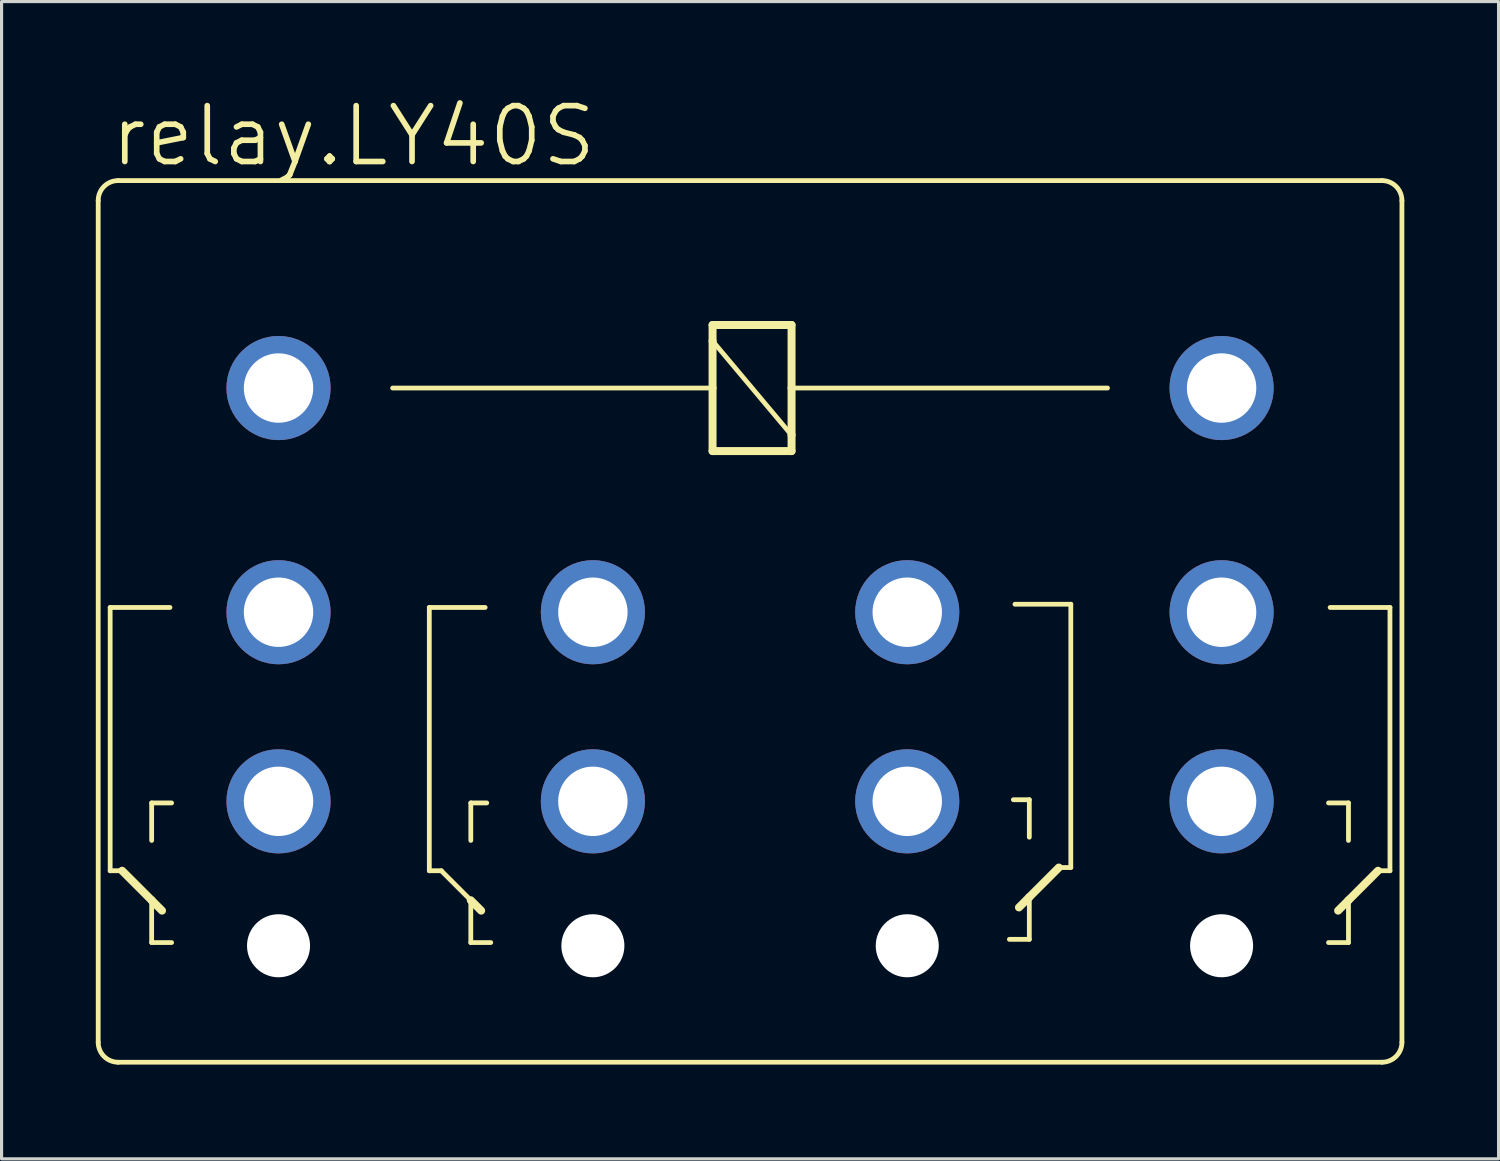
<source format=kicad_pcb>
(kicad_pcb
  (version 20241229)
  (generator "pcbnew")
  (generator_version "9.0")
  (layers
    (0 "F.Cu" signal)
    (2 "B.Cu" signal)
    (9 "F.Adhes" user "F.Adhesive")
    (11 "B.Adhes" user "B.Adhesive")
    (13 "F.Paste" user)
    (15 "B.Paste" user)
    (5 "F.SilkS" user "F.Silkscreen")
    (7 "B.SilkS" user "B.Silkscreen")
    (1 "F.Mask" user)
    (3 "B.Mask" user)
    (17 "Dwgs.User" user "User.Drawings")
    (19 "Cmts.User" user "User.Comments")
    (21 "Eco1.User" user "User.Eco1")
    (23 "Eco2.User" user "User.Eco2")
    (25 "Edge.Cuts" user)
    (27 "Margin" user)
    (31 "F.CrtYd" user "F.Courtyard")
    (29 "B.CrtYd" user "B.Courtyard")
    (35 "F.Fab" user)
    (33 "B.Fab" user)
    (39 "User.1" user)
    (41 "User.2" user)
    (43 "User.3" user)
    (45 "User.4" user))
  (footprint "relay.LY40S"
    (layer "F.Cu")
    (at 20.828 9.303)
    (property "Reference" "relay.LY40S" (at -20.447 -6.985 0) (layer "F.SilkS") (effects (font (size 1.778 1.778) (thickness 0.18)) (justify left bottom)))
    (attr through_hole)
    (fp_line (start -17.805 -1.27) (end -17.297 -1.27) (stroke (width 1.143) (type default)) (layer "F.Mask"))
    (fp_line (start -17.805 1.27) (end -17.805 -1.27) (stroke (width 1.143) (type default)) (layer "F.Mask"))
    (fp_line (start -17.805 8.407) (end -17.805 5.867) (stroke (width 1.143) (type default)) (layer "F.Mask"))
    (fp_line (start -17.805 14.427) (end -17.805 11.887) (stroke (width 1.143) (type default)) (layer "F.Mask"))
    (fp_line (start -17.297 -1.27) (end -12.725 -1.27) (stroke (width 1.143) (type default)) (layer "F.Mask"))
    (fp_line (start -17.297 1.27) (end -17.805 1.27) (stroke (width 1.143) (type default)) (layer "F.Mask"))
    (fp_line (start -17.297 1.27) (end -17.297 -1.27) (stroke (width 1.143) (type default)) (layer "F.Mask"))
    (fp_line (start -17.297 5.867) (end -12.725 5.867) (stroke (width 1.143) (type default)) (layer "F.Mask"))
    (fp_line (start -17.297 8.407) (end -17.297 5.867) (stroke (width 1.143) (type default)) (layer "F.Mask"))
    (fp_line (start -17.297 11.887) (end -12.725 11.887) (stroke (width 1.143) (type default)) (layer "F.Mask"))
    (fp_line (start -17.297 14.427) (end -17.297 11.887) (stroke (width 1.143) (type default)) (layer "F.Mask"))
    (fp_line (start -12.725 -1.27) (end -12.725 1.27) (stroke (width 1.143) (type default)) (layer "F.Mask"))
    (fp_line (start -12.725 -1.27) (end -12.217 -1.27) (stroke (width 1.143) (type default)) (layer "F.Mask"))
    (fp_line (start -12.725 1.27) (end -17.297 1.27) (stroke (width 1.143) (type default)) (layer "F.Mask"))
    (fp_line (start -12.725 5.867) (end -12.725 8.407) (stroke (width 1.143) (type default)) (layer "F.Mask"))
    (fp_line (start -12.725 8.407) (end -17.297 8.407) (stroke (width 1.143) (type default)) (layer "F.Mask"))
    (fp_line (start -12.725 11.887) (end -12.725 14.427) (stroke (width 1.143) (type default)) (layer "F.Mask"))
    (fp_line (start -12.725 14.427) (end -17.297 14.427) (stroke (width 1.143) (type default)) (layer "F.Mask"))
    (fp_line (start -12.217 -1.27) (end -12.217 1.27) (stroke (width 1.143) (type default)) (layer "F.Mask"))
    (fp_line (start -12.217 1.27) (end -12.725 1.27) (stroke (width 1.143) (type default)) (layer "F.Mask"))
    (fp_line (start -12.217 5.867) (end -12.217 8.407) (stroke (width 1.143) (type default)) (layer "F.Mask"))
    (fp_line (start -12.217 11.887) (end -12.217 14.427) (stroke (width 1.143) (type default)) (layer "F.Mask"))
    (fp_line (start -7.798 8.407) (end -7.798 5.867) (stroke (width 1.143) (type default)) (layer "F.Mask"))
    (fp_line (start -7.798 14.427) (end -7.798 11.887) (stroke (width 1.143) (type default)) (layer "F.Mask"))
    (fp_line (start -7.29 5.867) (end -2.718 5.867) (stroke (width 1.143) (type default)) (layer "F.Mask"))
    (fp_line (start -7.29 8.407) (end -7.29 5.867) (stroke (width 1.143) (type default)) (layer "F.Mask"))
    (fp_line (start -7.29 11.887) (end -2.718 11.887) (stroke (width 1.143) (type default)) (layer "F.Mask"))
    (fp_line (start -7.29 14.427) (end -7.29 11.887) (stroke (width 1.143) (type default)) (layer "F.Mask"))
    (fp_line (start -2.718 5.867) (end -2.718 8.407) (stroke (width 1.143) (type default)) (layer "F.Mask"))
    (fp_line (start -2.718 8.407) (end -7.29 8.407) (stroke (width 1.143) (type default)) (layer "F.Mask"))
    (fp_line (start -2.718 11.887) (end -2.718 14.427) (stroke (width 1.143) (type default)) (layer "F.Mask"))
    (fp_line (start -2.718 14.427) (end -7.29 14.427) (stroke (width 1.143) (type default)) (layer "F.Mask"))
    (fp_line (start -2.21 5.867) (end -2.21 8.407) (stroke (width 1.143) (type default)) (layer "F.Mask"))
    (fp_line (start -2.21 11.887) (end -2.21 14.427) (stroke (width 1.143) (type default)) (layer "F.Mask"))
    (fp_line (start 2.21 8.407) (end 2.21 5.867) (stroke (width 1.143) (type default)) (layer "F.Mask"))
    (fp_line (start 2.21 14.427) (end 2.21 11.887) (stroke (width 1.143) (type default)) (layer "F.Mask"))
    (fp_line (start 2.718 5.867) (end 7.29 5.867) (stroke (width 1.143) (type default)) (layer "F.Mask"))
    (fp_line (start 2.718 8.407) (end 2.718 5.867) (stroke (width 1.143) (type default)) (layer "F.Mask"))
    (fp_line (start 2.718 11.887) (end 7.29 11.887) (stroke (width 1.143) (type default)) (layer "F.Mask"))
    (fp_line (start 2.718 14.427) (end 2.718 11.887) (stroke (width 1.143) (type default)) (layer "F.Mask"))
    (fp_line (start 7.29 5.867) (end 7.29 8.407) (stroke (width 1.143) (type default)) (layer "F.Mask"))
    (fp_line (start 7.29 8.407) (end 2.718 8.407) (stroke (width 1.143) (type default)) (layer "F.Mask"))
    (fp_line (start 7.29 11.887) (end 7.29 14.427) (stroke (width 1.143) (type default)) (layer "F.Mask"))
    (fp_line (start 7.29 14.427) (end 2.718 14.427) (stroke (width 1.143) (type default)) (layer "F.Mask"))
    (fp_line (start 7.798 5.867) (end 7.798 8.407) (stroke (width 1.143) (type default)) (layer "F.Mask"))
    (fp_line (start 7.798 11.887) (end 7.798 14.427) (stroke (width 1.143) (type default)) (layer "F.Mask"))
    (fp_line (start 12.217 1.27) (end 12.217 -1.27) (stroke (width 1.143) (type default)) (layer "F.Mask"))
    (fp_line (start 12.217 8.407) (end 12.217 5.867) (stroke (width 1.143) (type default)) (layer "F.Mask"))
    (fp_line (start 12.217 14.427) (end 12.217 11.887) (stroke (width 1.143) (type default)) (layer "F.Mask"))
    (fp_line (start 12.725 -1.27) (end 17.297 -1.27) (stroke (width 1.143) (type default)) (layer "F.Mask"))
    (fp_line (start 12.725 1.27) (end 12.725 -1.27) (stroke (width 1.143) (type default)) (layer "F.Mask"))
    (fp_line (start 12.725 5.867) (end 17.297 5.867) (stroke (width 1.143) (type default)) (layer "F.Mask"))
    (fp_line (start 12.725 8.407) (end 12.725 5.867) (stroke (width 1.143) (type default)) (layer "F.Mask"))
    (fp_line (start 12.725 11.887) (end 17.297 11.887) (stroke (width 1.143) (type default)) (layer "F.Mask"))
    (fp_line (start 12.725 14.427) (end 12.725 11.887) (stroke (width 1.143) (type default)) (layer "F.Mask"))
    (fp_line (start 17.297 -1.27) (end 17.297 1.27) (stroke (width 1.143) (type default)) (layer "F.Mask"))
    (fp_line (start 17.297 1.27) (end 12.725 1.27) (stroke (width 1.143) (type default)) (layer "F.Mask"))
    (fp_line (start 17.297 5.867) (end 17.297 8.407) (stroke (width 1.143) (type default)) (layer "F.Mask"))
    (fp_line (start 17.297 8.407) (end 12.725 8.407) (stroke (width 1.143) (type default)) (layer "F.Mask"))
    (fp_line (start 17.297 11.887) (end 17.297 14.427) (stroke (width 1.143) (type default)) (layer "F.Mask"))
    (fp_line (start 17.297 14.427) (end 12.725 14.427) (stroke (width 1.143) (type default)) (layer "F.Mask"))
    (fp_line (start 17.805 -1.27) (end 17.805 1.27) (stroke (width 1.143) (type default)) (layer "F.Mask"))
    (fp_line (start 17.805 5.867) (end 17.805 8.407) (stroke (width 1.143) (type default)) (layer "F.Mask"))
    (fp_line (start 17.805 11.887) (end 17.805 14.427) (stroke (width 1.143) (type default)) (layer "F.Mask"))
    (fp_line (start -17.805 -1.27) (end -17.297 -1.27) (stroke (width 1.143) (type default)) (layer "B.Mask"))
    (fp_line (start -17.805 1.27) (end -17.805 -1.27) (stroke (width 1.143) (type default)) (layer "B.Mask"))
    (fp_line (start -17.805 5.867) (end -17.297 5.867) (stroke (width 1.143) (type default)) (layer "B.Mask"))
    (fp_line (start -17.805 8.407) (end -17.805 5.867) (stroke (width 1.143) (type default)) (layer "B.Mask"))
    (fp_line (start -17.805 11.887) (end -17.297 11.887) (stroke (width 1.143) (type default)) (layer "B.Mask"))
    (fp_line (start -17.805 14.427) (end -17.805 11.887) (stroke (width 1.143) (type default)) (layer "B.Mask"))
    (fp_line (start -17.297 -1.27) (end -12.725 -1.27) (stroke (width 1.143) (type default)) (layer "B.Mask"))
    (fp_line (start -17.297 1.27) (end -17.805 1.27) (stroke (width 1.143) (type default)) (layer "B.Mask"))
    (fp_line (start -17.297 1.27) (end -17.297 -1.27) (stroke (width 1.143) (type default)) (layer "B.Mask"))
    (fp_line (start -17.297 5.867) (end -12.725 5.867) (stroke (width 1.143) (type default)) (layer "B.Mask"))
    (fp_line (start -17.297 8.407) (end -17.805 8.407) (stroke (width 1.143) (type default)) (layer "B.Mask"))
    (fp_line (start -17.297 8.407) (end -17.297 5.867) (stroke (width 1.143) (type default)) (layer "B.Mask"))
    (fp_line (start -17.297 11.887) (end -12.725 11.887) (stroke (width 1.143) (type default)) (layer "B.Mask"))
    (fp_line (start -17.297 14.427) (end -17.805 14.427) (stroke (width 1.143) (type default)) (layer "B.Mask"))
    (fp_line (start -17.297 14.427) (end -17.297 11.887) (stroke (width 1.143) (type default)) (layer "B.Mask"))
    (fp_line (start -12.725 -1.27) (end -12.725 1.27) (stroke (width 1.143) (type default)) (layer "B.Mask"))
    (fp_line (start -12.725 -1.27) (end -12.217 -1.27) (stroke (width 1.143) (type default)) (layer "B.Mask"))
    (fp_line (start -12.725 1.27) (end -17.297 1.27) (stroke (width 1.143) (type default)) (layer "B.Mask"))
    (fp_line (start -12.725 5.867) (end -12.725 8.407) (stroke (width 1.143) (type default)) (layer "B.Mask"))
    (fp_line (start -12.725 5.867) (end -12.217 5.867) (stroke (width 1.143) (type default)) (layer "B.Mask"))
    (fp_line (start -12.725 8.407) (end -17.297 8.407) (stroke (width 1.143) (type default)) (layer "B.Mask"))
    (fp_line (start -12.725 11.887) (end -12.725 14.427) (stroke (width 1.143) (type default)) (layer "B.Mask"))
    (fp_line (start -12.725 11.887) (end -12.217 11.887) (stroke (width 1.143) (type default)) (layer "B.Mask"))
    (fp_line (start -12.725 14.427) (end -17.297 14.427) (stroke (width 1.143) (type default)) (layer "B.Mask"))
    (fp_line (start -12.217 -1.27) (end -12.217 1.27) (stroke (width 1.143) (type default)) (layer "B.Mask"))
    (fp_line (start -12.217 1.27) (end -12.725 1.27) (stroke (width 1.143) (type default)) (layer "B.Mask"))
    (fp_line (start -12.217 5.867) (end -12.217 8.407) (stroke (width 1.143) (type default)) (layer "B.Mask"))
    (fp_line (start -12.217 8.407) (end -12.725 8.407) (stroke (width 1.143) (type default)) (layer "B.Mask"))
    (fp_line (start -12.217 11.887) (end -12.217 14.427) (stroke (width 1.143) (type default)) (layer "B.Mask"))
    (fp_line (start -12.217 14.427) (end -12.725 14.427) (stroke (width 1.143) (type default)) (layer "B.Mask"))
    (fp_line (start -7.798 5.867) (end -7.29 5.867) (stroke (width 1.143) (type default)) (layer "B.Mask"))
    (fp_line (start -7.798 8.407) (end -7.798 5.867) (stroke (width 1.143) (type default)) (layer "B.Mask"))
    (fp_line (start -7.798 11.887) (end -7.29 11.887) (stroke (width 1.143) (type default)) (layer "B.Mask"))
    (fp_line (start -7.798 14.427) (end -7.798 11.887) (stroke (width 1.143) (type default)) (layer "B.Mask"))
    (fp_line (start -7.29 5.867) (end -2.718 5.867) (stroke (width 1.143) (type default)) (layer "B.Mask"))
    (fp_line (start -7.29 8.407) (end -7.798 8.407) (stroke (width 1.143) (type default)) (layer "B.Mask"))
    (fp_line (start -7.29 8.407) (end -7.29 5.867) (stroke (width 1.143) (type default)) (layer "B.Mask"))
    (fp_line (start -7.29 11.887) (end -2.718 11.887) (stroke (width 1.143) (type default)) (layer "B.Mask"))
    (fp_line (start -7.29 14.427) (end -7.798 14.427) (stroke (width 1.143) (type default)) (layer "B.Mask"))
    (fp_line (start -7.29 14.427) (end -7.29 11.887) (stroke (width 1.143) (type default)) (layer "B.Mask"))
    (fp_line (start -2.718 5.867) (end -2.718 8.407) (stroke (width 1.143) (type default)) (layer "B.Mask"))
    (fp_line (start -2.718 5.867) (end -2.21 5.867) (stroke (width 1.143) (type default)) (layer "B.Mask"))
    (fp_line (start -2.718 8.407) (end -7.29 8.407) (stroke (width 1.143) (type default)) (layer "B.Mask"))
    (fp_line (start -2.718 11.887) (end -2.718 14.427) (stroke (width 1.143) (type default)) (layer "B.Mask"))
    (fp_line (start -2.718 11.887) (end -2.21 11.887) (stroke (width 1.143) (type default)) (layer "B.Mask"))
    (fp_line (start -2.718 14.427) (end -7.29 14.427) (stroke (width 1.143) (type default)) (layer "B.Mask"))
    (fp_line (start -2.21 5.867) (end -2.21 8.407) (stroke (width 1.143) (type default)) (layer "B.Mask"))
    (fp_line (start -2.21 8.407) (end -2.718 8.407) (stroke (width 1.143) (type default)) (layer "B.Mask"))
    (fp_line (start -2.21 11.887) (end -2.21 14.427) (stroke (width 1.143) (type default)) (layer "B.Mask"))
    (fp_line (start -2.21 14.427) (end -2.718 14.427) (stroke (width 1.143) (type default)) (layer "B.Mask"))
    (fp_line (start 2.21 5.867) (end 2.718 5.867) (stroke (width 1.143) (type default)) (layer "B.Mask"))
    (fp_line (start 2.21 8.407) (end 2.21 5.867) (stroke (width 1.143) (type default)) (layer "B.Mask"))
    (fp_line (start 2.21 11.887) (end 2.718 11.887) (stroke (width 1.143) (type default)) (layer "B.Mask"))
    (fp_line (start 2.21 14.427) (end 2.21 11.887) (stroke (width 1.143) (type default)) (layer "B.Mask"))
    (fp_line (start 2.718 5.867) (end 7.29 5.867) (stroke (width 1.143) (type default)) (layer "B.Mask"))
    (fp_line (start 2.718 8.407) (end 2.21 8.407) (stroke (width 1.143) (type default)) (layer "B.Mask"))
    (fp_line (start 2.718 8.407) (end 2.718 5.867) (stroke (width 1.143) (type default)) (layer "B.Mask"))
    (fp_line (start 2.718 11.887) (end 7.29 11.887) (stroke (width 1.143) (type default)) (layer "B.Mask"))
    (fp_line (start 2.718 14.427) (end 2.21 14.427) (stroke (width 1.143) (type default)) (layer "B.Mask"))
    (fp_line (start 2.718 14.427) (end 2.718 11.887) (stroke (width 1.143) (type default)) (layer "B.Mask"))
    (fp_line (start 7.29 5.867) (end 7.29 8.407) (stroke (width 1.143) (type default)) (layer "B.Mask"))
    (fp_line (start 7.29 5.867) (end 7.798 5.867) (stroke (width 1.143) (type default)) (layer "B.Mask"))
    (fp_line (start 7.29 8.407) (end 2.718 8.407) (stroke (width 1.143) (type default)) (layer "B.Mask"))
    (fp_line (start 7.29 11.887) (end 7.29 14.427) (stroke (width 1.143) (type default)) (layer "B.Mask"))
    (fp_line (start 7.29 11.887) (end 7.798 11.887) (stroke (width 1.143) (type default)) (layer "B.Mask"))
    (fp_line (start 7.29 14.427) (end 2.718 14.427) (stroke (width 1.143) (type default)) (layer "B.Mask"))
    (fp_line (start 7.798 5.867) (end 7.798 8.407) (stroke (width 1.143) (type default)) (layer "B.Mask"))
    (fp_line (start 7.798 8.407) (end 7.29 8.407) (stroke (width 1.143) (type default)) (layer "B.Mask"))
    (fp_line (start 7.798 11.887) (end 7.798 14.427) (stroke (width 1.143) (type default)) (layer "B.Mask"))
    (fp_line (start 7.798 14.427) (end 7.29 14.427) (stroke (width 1.143) (type default)) (layer "B.Mask"))
    (fp_line (start 12.217 -1.27) (end 12.725 -1.27) (stroke (width 1.143) (type default)) (layer "B.Mask"))
    (fp_line (start 12.217 1.27) (end 12.217 -1.27) (stroke (width 1.143) (type default)) (layer "B.Mask"))
    (fp_line (start 12.217 5.867) (end 12.725 5.867) (stroke (width 1.143) (type default)) (layer "B.Mask"))
    (fp_line (start 12.217 8.407) (end 12.217 5.867) (stroke (width 1.143) (type default)) (layer "B.Mask"))
    (fp_line (start 12.217 11.887) (end 12.725 11.887) (stroke (width 1.143) (type default)) (layer "B.Mask"))
    (fp_line (start 12.217 14.427) (end 12.217 11.887) (stroke (width 1.143) (type default)) (layer "B.Mask"))
    (fp_line (start 12.725 -1.27) (end 17.297 -1.27) (stroke (width 1.143) (type default)) (layer "B.Mask"))
    (fp_line (start 12.725 1.27) (end 12.217 1.27) (stroke (width 1.143) (type default)) (layer "B.Mask"))
    (fp_line (start 12.725 1.27) (end 12.725 -1.27) (stroke (width 1.143) (type default)) (layer "B.Mask"))
    (fp_line (start 12.725 5.867) (end 17.297 5.867) (stroke (width 1.143) (type default)) (layer "B.Mask"))
    (fp_line (start 12.725 8.407) (end 12.217 8.407) (stroke (width 1.143) (type default)) (layer "B.Mask"))
    (fp_line (start 12.725 8.407) (end 12.725 5.867) (stroke (width 1.143) (type default)) (layer "B.Mask"))
    (fp_line (start 12.725 11.887) (end 17.297 11.887) (stroke (width 1.143) (type default)) (layer "B.Mask"))
    (fp_line (start 12.725 14.427) (end 12.217 14.427) (stroke (width 1.143) (type default)) (layer "B.Mask"))
    (fp_line (start 12.725 14.427) (end 12.725 11.887) (stroke (width 1.143) (type default)) (layer "B.Mask"))
    (fp_line (start 17.297 -1.27) (end 17.297 1.27) (stroke (width 1.143) (type default)) (layer "B.Mask"))
    (fp_line (start 17.297 -1.27) (end 17.805 -1.27) (stroke (width 1.143) (type default)) (layer "B.Mask"))
    (fp_line (start 17.297 1.27) (end 12.725 1.27) (stroke (width 1.143) (type default)) (layer "B.Mask"))
    (fp_line (start 17.297 5.867) (end 17.297 8.407) (stroke (width 1.143) (type default)) (layer "B.Mask"))
    (fp_line (start 17.297 5.867) (end 17.805 5.867) (stroke (width 1.143) (type default)) (layer "B.Mask"))
    (fp_line (start 17.297 8.407) (end 12.725 8.407) (stroke (width 1.143) (type default)) (layer "B.Mask"))
    (fp_line (start 17.297 11.887) (end 17.297 14.427) (stroke (width 1.143) (type default)) (layer "B.Mask"))
    (fp_line (start 17.297 11.887) (end 17.805 11.887) (stroke (width 1.143) (type default)) (layer "B.Mask"))
    (fp_line (start 17.297 14.427) (end 12.725 14.427) (stroke (width 1.143) (type default)) (layer "B.Mask"))
    (fp_line (start 17.805 -1.27) (end 17.805 1.27) (stroke (width 1.143) (type default)) (layer "B.Mask"))
    (fp_line (start 17.805 1.27) (end 17.297 1.27) (stroke (width 1.143) (type default)) (layer "B.Mask"))
    (fp_line (start 17.805 5.867) (end 17.805 8.407) (stroke (width 1.143) (type default)) (layer "B.Mask"))
    (fp_line (start 17.805 8.407) (end 17.297 8.407) (stroke (width 1.143) (type default)) (layer "B.Mask"))
    (fp_line (start 17.805 11.887) (end 17.805 14.427) (stroke (width 1.143) (type default)) (layer "B.Mask"))
    (fp_line (start 17.805 14.427) (end 17.297 14.427) (stroke (width 1.143) (type default)) (layer "B.Mask"))
    (fp_line (start -20.752 20.828) (end -20.752 -5.969) (stroke (width 0.152) (type default)) (layer "F.SilkS"))
    (fp_line (start -20.371 6.985) (end -18.466 6.985) (stroke (width 0.152) (type default)) (layer "F.SilkS"))
    (fp_line (start -20.371 15.367) (end -20.371 6.985) (stroke (width 0.152) (type default)) (layer "F.SilkS"))
    (fp_line (start -20.371 15.367) (end -19.99 15.367) (stroke (width 0.152) (type default)) (layer "F.SilkS"))
    (fp_line (start -20.117 -6.604) (end 20.117 -6.604) (stroke (width 0.152) (type default)) (layer "F.SilkS"))
    (fp_line (start -19.05 13.208) (end -18.415 13.208) (stroke (width 0.152) (type default)) (layer "F.SilkS"))
    (fp_line (start -19.05 14.402) (end -19.05 13.208) (stroke (width 0.152) (type default)) (layer "F.SilkS"))
    (fp_line (start -19.05 16.307) (end -19.99 15.367) (stroke (width 0.254) (type default)) (layer "F.SilkS"))
    (fp_line (start -19.05 16.307) (end -19.05 17.653) (stroke (width 0.152) (type default)) (layer "F.SilkS"))
    (fp_line (start -19.05 17.653) (end -18.415 17.653) (stroke (width 0.152) (type default)) (layer "F.SilkS"))
    (fp_line (start -18.72 16.637) (end -19.05 16.307) (stroke (width 0.254) (type default)) (layer "F.SilkS"))
    (fp_line (start -11.379 0) (end -1.194 0) (stroke (width 0.152) (type default)) (layer "F.SilkS"))
    (fp_line (start -10.211 6.985) (end -8.433 6.985) (stroke (width 0.152) (type default)) (layer "F.SilkS"))
    (fp_line (start -10.211 15.367) (end -10.211 6.985) (stroke (width 0.152) (type default)) (layer "F.SilkS"))
    (fp_line (start -10.211 15.367) (end -9.83 15.367) (stroke (width 0.152) (type default)) (layer "F.SilkS"))
    (fp_line (start -8.89 13.208) (end -8.382 13.208) (stroke (width 0.152) (type default)) (layer "F.SilkS"))
    (fp_line (start -8.89 14.402) (end -8.89 13.208) (stroke (width 0.152) (type default)) (layer "F.SilkS"))
    (fp_line (start -8.89 16.307) (end -9.83 15.367) (stroke (width 0.152) (type default)) (layer "F.SilkS"))
    (fp_line (start -8.89 16.307) (end -8.89 17.653) (stroke (width 0.152) (type default)) (layer "F.SilkS"))
    (fp_line (start -8.89 17.653) (end -8.255 17.653) (stroke (width 0.152) (type default)) (layer "F.SilkS"))
    (fp_line (start -8.56 16.637) (end -8.89 16.307) (stroke (width 0.254) (type default)) (layer "F.SilkS"))
    (fp_line (start -1.194 -2.007) (end 1.321 -2.007) (stroke (width 0.254) (type default)) (layer "F.SilkS"))
    (fp_line (start -1.194 -1.499) (end -1.194 -2.007) (stroke (width 0.254) (type default)) (layer "F.SilkS"))
    (fp_line (start -1.194 -1.499) (end 1.321 1.499) (stroke (width 0.152) (type default)) (layer "F.SilkS"))
    (fp_line (start -1.194 0) (end -1.194 -1.499) (stroke (width 0.254) (type default)) (layer "F.SilkS"))
    (fp_line (start -1.194 2.007) (end -1.194 0) (stroke (width 0.254) (type default)) (layer "F.SilkS"))
    (fp_line (start 1.321 -2.007) (end 1.321 0) (stroke (width 0.254) (type default)) (layer "F.SilkS"))
    (fp_line (start 1.321 0) (end 1.321 1.499) (stroke (width 0.254) (type default)) (layer "F.SilkS"))
    (fp_line (start 1.321 0) (end 11.379 0) (stroke (width 0.152) (type default)) (layer "F.SilkS"))
    (fp_line (start 1.321 1.499) (end 1.321 2.007) (stroke (width 0.254) (type default)) (layer "F.SilkS"))
    (fp_line (start 1.321 2.007) (end -1.194 2.007) (stroke (width 0.254) (type default)) (layer "F.SilkS"))
    (fp_line (start 8.56 16.535) (end 8.89 16.205) (stroke (width 0.254) (type default)) (layer "F.SilkS"))
    (fp_line (start 8.89 13.106) (end 8.382 13.106) (stroke (width 0.152) (type default)) (layer "F.SilkS"))
    (fp_line (start 8.89 14.3) (end 8.89 13.106) (stroke (width 0.152) (type default)) (layer "F.SilkS"))
    (fp_line (start 8.89 16.205) (end 8.89 17.551) (stroke (width 0.152) (type default)) (layer "F.SilkS"))
    (fp_line (start 8.89 16.205) (end 9.83 15.265) (stroke (width 0.254) (type default)) (layer "F.SilkS"))
    (fp_line (start 8.89 17.551) (end 8.255 17.551) (stroke (width 0.152) (type default)) (layer "F.SilkS"))
    (fp_line (start 10.211 6.883) (end 8.433 6.883) (stroke (width 0.152) (type default)) (layer "F.SilkS"))
    (fp_line (start 10.211 15.265) (end 9.83 15.265) (stroke (width 0.152) (type default)) (layer "F.SilkS"))
    (fp_line (start 10.211 15.265) (end 10.211 6.883) (stroke (width 0.152) (type default)) (layer "F.SilkS"))
    (fp_line (start 18.72 16.637) (end 19.05 16.307) (stroke (width 0.254) (type default)) (layer "F.SilkS"))
    (fp_line (start 19.05 13.208) (end 18.415 13.208) (stroke (width 0.152) (type default)) (layer "F.SilkS"))
    (fp_line (start 19.05 14.402) (end 19.05 13.208) (stroke (width 0.152) (type default)) (layer "F.SilkS"))
    (fp_line (start 19.05 16.307) (end 19.05 17.653) (stroke (width 0.152) (type default)) (layer "F.SilkS"))
    (fp_line (start 19.05 16.307) (end 19.99 15.367) (stroke (width 0.254) (type default)) (layer "F.SilkS"))
    (fp_line (start 19.05 17.653) (end 18.415 17.653) (stroke (width 0.152) (type default)) (layer "F.SilkS"))
    (fp_line (start 20.117 21.463) (end -20.117 21.463) (stroke (width 0.152) (type default)) (layer "F.SilkS"))
    (fp_line (start 20.371 6.985) (end 18.466 6.985) (stroke (width 0.152) (type default)) (layer "F.SilkS"))
    (fp_line (start 20.371 15.367) (end 19.99 15.367) (stroke (width 0.152) (type default)) (layer "F.SilkS"))
    (fp_line (start 20.371 15.367) (end 20.371 6.985) (stroke (width 0.152) (type default)) (layer "F.SilkS"))
    (fp_line (start 20.752 -5.969) (end 20.752 20.828) (stroke (width 0.152) (type default)) (layer "F.SilkS"))
    (fp_arc (start -20.7518 -5.969) (mid -20.565813 -6.418013) (end -20.1168 -6.604) (stroke (width 0.1524) (type default)) (layer "F.SilkS"))
    (fp_arc (start -20.1168 21.463) (mid -20.565813 21.277013) (end -20.7518 20.828) (stroke (width 0.1524) (type default)) (layer "F.SilkS"))
    (fp_arc (start 20.1168 -6.604) (mid 20.565813 -6.418013) (end 20.7518 -5.969) (stroke (width 0.1524) (type default)) (layer "F.SilkS"))
    (fp_arc (start 20.7518 20.828) (mid 20.565813 21.277013) (end 20.1168 21.463) (stroke (width 0.1524) (type default)) (layer "F.SilkS"))
    (pad "" np_thru_hole circle (at -15.011 17.755) (size 2.007 2.007) (drill 2.007) (layers "*.Cu" "*.Mask"))
    (pad "" np_thru_hole circle (at -5.004 17.755) (size 2.007 2.007) (drill 2.007) (layers "*.Cu" "*.Mask"))
    (pad "" np_thru_hole circle (at 5.004 17.755) (size 2.007 2.007) (drill 2.007) (layers "*.Cu" "*.Mask"))
    (pad "" np_thru_hole circle (at 15.011 17.755) (size 2.007 2.007) (drill 2.007) (layers "*.Cu" "*.Mask"))
    (pad "1" thru_hole circle (at -15.011 0) (size 3.315 3.315) (drill 2.21) (layers "*.Cu" "*.Mask"))
    (pad "2" thru_hole circle (at 15.011 0) (size 3.315 3.315) (drill 2.21) (layers "*.Cu" "*.Mask"))
    (pad "P1" thru_hole circle (at -15.011 7.137) (size 3.315 3.315) (drill 2.21) (layers "*.Cu" "*.Mask"))
    (pad "P2" thru_hole circle (at -5.004 7.137) (size 3.315 3.315) (drill 2.21) (layers "*.Cu" "*.Mask"))
    (pad "P3" thru_hole circle (at 5.004 7.137) (size 3.315 3.315) (drill 2.21) (layers "*.Cu" "*.Mask"))
    (pad "P4" thru_hole circle (at 15.011 7.137) (size 3.315 3.315) (drill 2.21) (layers "*.Cu" "*.Mask"))
    (pad "S1" thru_hole circle (at -15.011 13.157) (size 3.315 3.315) (drill 2.21) (layers "*.Cu" "*.Mask"))
    (pad "S2" thru_hole circle (at -5.004 13.157) (size 3.315 3.315) (drill 2.21) (layers "*.Cu" "*.Mask"))
    (pad "S3" thru_hole circle (at 5.004 13.157) (size 3.315 3.315) (drill 2.21) (layers "*.Cu" "*.Mask"))
    (pad "S4" thru_hole circle (at 15.011 13.157) (size 3.315 3.315) (drill 2.21) (layers "*.Cu" "*.Mask")))
  (gr_rect
    (start -3 -3)
    (end 44.656 33.842)
    (stroke (width 0.1) (type default))
    (fill no)
    (layer "Edge.Cuts")))
</source>
